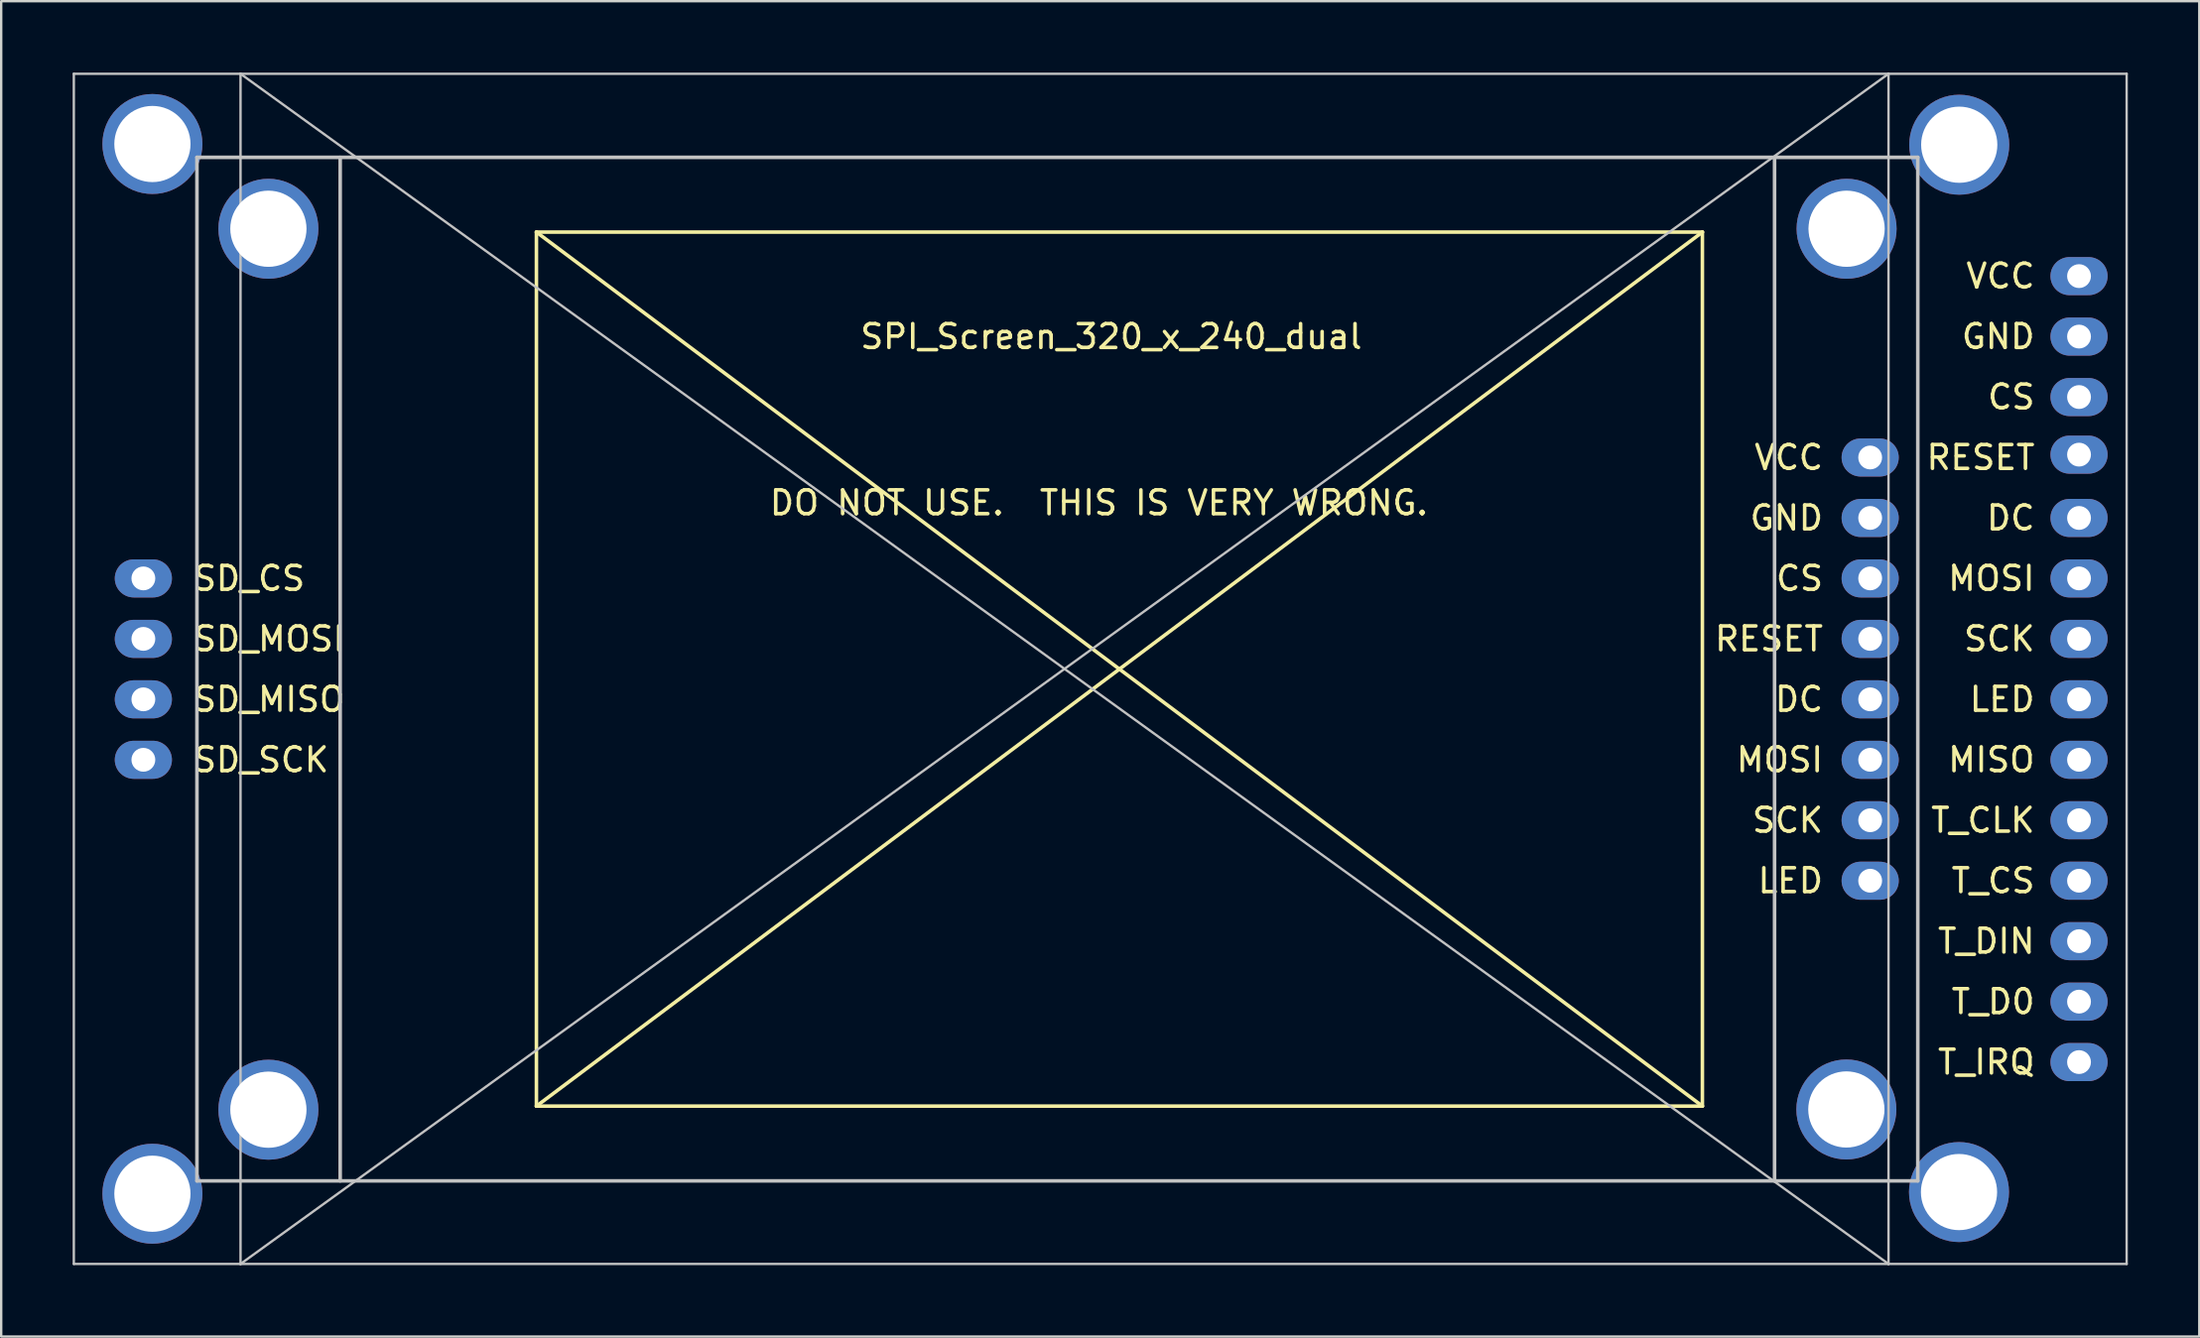
<source format=kicad_pcb>
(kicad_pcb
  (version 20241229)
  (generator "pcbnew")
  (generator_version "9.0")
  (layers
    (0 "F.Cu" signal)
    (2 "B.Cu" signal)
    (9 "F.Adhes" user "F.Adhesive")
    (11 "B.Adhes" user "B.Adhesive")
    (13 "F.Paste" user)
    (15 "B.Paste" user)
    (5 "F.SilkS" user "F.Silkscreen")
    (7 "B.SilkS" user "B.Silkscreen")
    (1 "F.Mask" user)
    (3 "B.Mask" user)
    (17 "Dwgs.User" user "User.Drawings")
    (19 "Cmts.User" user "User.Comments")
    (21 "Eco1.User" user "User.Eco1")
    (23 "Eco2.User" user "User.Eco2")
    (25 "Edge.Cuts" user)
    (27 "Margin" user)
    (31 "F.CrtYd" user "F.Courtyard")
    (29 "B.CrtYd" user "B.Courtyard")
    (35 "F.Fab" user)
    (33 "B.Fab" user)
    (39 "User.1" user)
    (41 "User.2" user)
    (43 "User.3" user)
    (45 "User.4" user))
  (footprint "SPI_Screen_320_x_240_dual"
    (layer "F.Cu")
    (at 75.48 25.06)
    (property "Reference" "SPI_Screen_320_x_240_dual" (at -31.87 -13.97 180) (layer "F.SilkS") (effects (font (size 1 1) (thickness 0.15))))
    (attr through_hole)
    (fp_line (start -56.005 -18.36) (end -56.005 18.36) (stroke (width 0.15) (type solid)) (layer "F.SilkS"))
    (fp_line (start -56.005 -18.36) (end -7.045 18.36) (stroke (width 0.15) (type solid)) (layer "F.SilkS"))
    (fp_line (start -56.005 18.36) (end -7.045 18.36) (stroke (width 0.15) (type solid)) (layer "F.SilkS"))
    (fp_line (start -7.045 -18.36) (end -56.005 -18.36) (stroke (width 0.15) (type solid)) (layer "F.SilkS"))
    (fp_line (start -7.045 -18.36) (end -56.005 18.36) (stroke (width 0.15) (type solid)) (layer "F.SilkS"))
    (fp_line (start -7.045 18.36) (end -7.045 -18.36) (stroke (width 0.15) (type solid)) (layer "F.SilkS"))
    (fp_line (start -75.43 -25.01) (end -68.43 -25.01) (stroke (width 0.1) (type solid)) (layer "Dwgs.User"))
    (fp_line (start -75.43 24.99) (end -75.43 -25.01) (stroke (width 0.1) (type solid)) (layer "Dwgs.User"))
    (fp_line (start -70.26 -21.5) (end -70.26 21.5) (stroke (width 0.15) (type solid)) (layer "Dwgs.User"))
    (fp_line (start -70.26 21.5) (end 2 21.5) (stroke (width 0.15) (type solid)) (layer "Dwgs.User"))
    (fp_line (start -68.43 -25.01) (end -33.83 -0.01) (stroke (width 0.1) (type solid)) (layer "Dwgs.User"))
    (fp_line (start -68.43 -25.01) (end 0.77 -25.01) (stroke (width 0.1) (type solid)) (layer "Dwgs.User"))
    (fp_line (start -68.43 24.99) (end -75.43 24.99) (stroke (width 0.1) (type solid)) (layer "Dwgs.User"))
    (fp_line (start -68.43 24.99) (end -68.43 -25.01) (stroke (width 0.1) (type solid)) (layer "Dwgs.User"))
    (fp_line (start -64.245 -21.5) (end -64.245 21.5) (stroke (width 0.15) (type solid)) (layer "Dwgs.User"))
    (fp_line (start -33.83 -0.01) (end -68.43 24.99) (stroke (width 0.1) (type solid)) (layer "Dwgs.User"))
    (fp_line (start -33.83 -0.01) (end 0.77 24.99) (stroke (width 0.1) (type solid)) (layer "Dwgs.User"))
    (fp_line (start -4.015 21.5) (end -4.015 -21.5) (stroke (width 0.15) (type solid)) (layer "Dwgs.User"))
    (fp_line (start 0.77 -25.01) (end -33.83 -0.01) (stroke (width 0.1) (type solid)) (layer "Dwgs.User"))
    (fp_line (start 0.77 -25.01) (end 0.77 24.99) (stroke (width 0.1) (type solid)) (layer "Dwgs.User"))
    (fp_line (start 0.77 -25.01) (end 10.77 -25.01) (stroke (width 0.1) (type solid)) (layer "Dwgs.User"))
    (fp_line (start 0.77 24.99) (end -68.43 24.99) (stroke (width 0.1) (type solid)) (layer "Dwgs.User"))
    (fp_line (start 2 -21.5) (end -70.26 -21.5) (stroke (width 0.15) (type solid)) (layer "Dwgs.User"))
    (fp_line (start 2 21.5) (end 2 -21.5) (stroke (width 0.15) (type solid)) (layer "Dwgs.User"))
    (fp_line (start 10.77 -25.01) (end 10.77 24.99) (stroke (width 0.1) (type solid)) (layer "Dwgs.User"))
    (fp_line (start 10.77 24.99) (end 0.77 24.99) (stroke (width 0.1) (type solid)) (layer "Dwgs.User"))
    (fp_circle (center -67.26 -18.5) (end -65.76 -18.5) (stroke (width 0.15) (type solid)) (fill no) (layer "Dwgs.User"))
    (fp_circle (center -67.26 18.5) (end -65.76 18.5) (stroke (width 0.15) (type solid)) (fill no) (layer "Dwgs.User"))
    (fp_circle (center -1 -18.5) (end 0.5 -18.5) (stroke (width 0.15) (type solid)) (fill no) (layer "Dwgs.User"))
    (fp_circle (center -1 18.5) (end 0.5 18.5) (stroke (width 0.15) (type solid)) (fill no) (layer "Dwgs.User"))
    (fp_circle (center -72.13 -22.01) (end -70.53 -22.01) (stroke (width 0.1) (type solid)) (fill no) (layer "Eco1.User"))
    (fp_circle (center -72.13 21.99) (end -70.53 21.99) (stroke (width 0.1) (type solid)) (fill no) (layer "Eco1.User"))
    (fp_circle (center 3.77 -22.01) (end 5.37 -22.01) (stroke (width 0.1) (type solid)) (fill no) (layer "Eco1.User"))
    (fp_circle (center 3.77 21.99) (end 5.37 21.99) (stroke (width 0.1) (type solid)) (fill no) (layer "Eco1.User"))
    (fp_text user "SCK" (at 7 -1.27 0) (layer "F.SilkS") (effects (font (size 1 1) (thickness 0.15)) (justify right)))
    (fp_text user "MOSI" (at -1.89 3.81 0) (layer "F.SilkS") (effects (font (size 1 1) (thickness 0.15)) (justify right)))
    (fp_text user "LED" (at 7 1.27 0) (layer "F.SilkS") (effects (font (size 1 1) (thickness 0.15)) (justify right)))
    (fp_text user "CS" (at 7 -11.43 0) (layer "F.SilkS") (effects (font (size 1 1) (thickness 0.15)) (justify right)))
    (fp_text user "T_DIN" (at 7 11.43 0) (layer "F.SilkS") (effects (font (size 1 1) (thickness 0.15)) (justify right)))
    (fp_text user "GND" (at -1.89 -6.35 0) (layer "F.SilkS") (effects (font (size 1 1) (thickness 0.15)) (justify right)))
    (fp_text user "DC" (at 7 -6.35 0) (layer "F.SilkS") (effects (font (size 1 1) (thickness 0.15)) (justify right)))
    (fp_text user "DO NOT USE.  THIS IS VERY WRONG." (at -32.385 -6.985 0) (layer "F.SilkS") (effects (font (size 1 1) (thickness 0.15))))
    (fp_text user "SCK" (at -1.89 6.35 0) (layer "F.SilkS") (effects (font (size 1 1) (thickness 0.15)) (justify right)))
    (fp_text user "LED" (at -1.89 8.89 0) (layer "F.SilkS") (effects (font (size 1 1) (thickness 0.15)) (justify right)))
    (fp_text user "T_CS" (at 7 8.89 0) (layer "F.SilkS") (effects (font (size 1 1) (thickness 0.15)) (justify right)))
    (fp_text user "SD_SCK" (at -70.5 3.81 0) (layer "F.SilkS") (effects (font (size 1 1) (thickness 0.15)) (justify left)))
    (fp_text user "GND" (at 7 -13.97 0) (layer "F.SilkS") (effects (font (size 1 1) (thickness 0.15)) (justify right)))
    (fp_text user "VCC" (at -1.89 -8.89 0) (layer "F.SilkS") (effects (font (size 1 1) (thickness 0.15)) (justify right)))
    (fp_text user "MOSI" (at 7 -3.81 0) (layer "F.SilkS") (effects (font (size 1 1) (thickness 0.15)) (justify right)))
    (fp_text user "RESET" (at 7 -8.89 0) (layer "F.SilkS") (effects (font (size 1 1) (thickness 0.15)) (justify right)))
    (fp_text user "T_D0" (at 7 13.97 0) (layer "F.SilkS") (effects (font (size 1 1) (thickness 0.15)) (justify right)))
    (fp_text user "T_IRQ" (at 7 16.51 0) (layer "F.SilkS") (effects (font (size 1 1) (thickness 0.15)) (justify right)))
    (fp_text user "T_CLK" (at 7 6.35 0) (layer "F.SilkS") (effects (font (size 1 1) (thickness 0.15)) (justify right)))
    (fp_text user "SD_MISO" (at -70.5 1.27 0) (layer "F.SilkS") (effects (font (size 1 1) (thickness 0.15)) (justify left)))
    (fp_text user "CS" (at -1.89 -3.81 0) (layer "F.SilkS") (effects (font (size 1 1) (thickness 0.15)) (justify right)))
    (fp_text user "SD_MOSI" (at -70.5 -1.27 0) (layer "F.SilkS") (effects (font (size 1 1) (thickness 0.15)) (justify left)))
    (fp_text user "RESET" (at -1.89 -1.27 0) (layer "F.SilkS") (effects (font (size 1 1) (thickness 0.15)) (justify right)))
    (fp_text user "MISO" (at 7 3.81 0) (layer "F.SilkS") (effects (font (size 1 1) (thickness 0.15)) (justify right)))
    (fp_text user "SD_CS" (at -70.5 -3.81 0) (layer "F.SilkS") (effects (font (size 1 1) (thickness 0.15)) (justify left)))
    (fp_text user "VCC" (at 7 -16.51 0) (layer "F.SilkS") (effects (font (size 1 1) (thickness 0.15)) (justify right)))
    (fp_text user "DC" (at -1.89 1.27 0) (layer "F.SilkS") (effects (font (size 1 1) (thickness 0.15)) (justify right)))
    (pad "" np_thru_hole circle (at -72.13 -22.06) (size 4.2 4.2) (drill 3.2) (layers "*.Cu" "*.Mask"))
    (pad "" np_thru_hole circle (at -72.13 22.04) (size 4.2 4.2) (drill 3.2) (layers "*.Cu" "*.Mask"))
    (pad "" np_thru_hole circle (at -67.26 -18.5) (size 4.2 4.2) (drill 3.2) (layers "*.Cu" "*.Mask"))
    (pad "" np_thru_hole circle (at -67.26 18.51) (size 4.2 4.2) (drill 3.2) (layers "*.Cu" "*.Mask"))
    (pad "" np_thru_hole circle (at -1 18.5) (size 4.2 4.2) (drill 3.2) (layers "*.Cu" "*.Mask"))
    (pad "" np_thru_hole circle (at -0.99 -18.5) (size 4.2 4.2) (drill 3.2) (layers "*.Cu" "*.Mask"))
    (pad "" np_thru_hole circle (at 3.73 21.97) (size 4.2 4.2) (drill 3.2) (layers "*.Cu" "*.Mask"))
    (pad "" np_thru_hole circle (at 3.74 -22.03) (size 4.2 4.2) (drill 3.2) (layers "*.Cu" "*.Mask"))
    (pad "1" thru_hole oval (at 0 -8.89) (size 2.4 1.6) (drill 1) (layers "*.Cu" "*.Mask"))
    (pad "1" thru_hole oval (at 8.77 -16.51) (size 2.4 1.6) (drill 1) (layers "*.Cu" "*.Mask"))
    (pad "2" thru_hole oval (at 0 -6.35) (size 2.4 1.6) (drill 1) (layers "*.Cu" "*.Mask"))
    (pad "2" thru_hole oval (at 8.77 -13.97) (size 2.4 1.6) (drill 1) (layers "*.Cu" "*.Mask"))
    (pad "3" thru_hole oval (at 0 -3.81) (size 2.4 1.6) (drill 1) (layers "*.Cu" "*.Mask"))
    (pad "3" thru_hole oval (at 8.77 -11.43) (size 2.4 1.6) (drill 1) (layers "*.Cu" "*.Mask"))
    (pad "4" thru_hole oval (at 0 -1.27) (size 2.4 1.6) (drill 1) (layers "*.Cu" "*.Mask"))
    (pad "4" thru_hole oval (at 8.77 -9.01) (size 2.4 1.6) (drill 1) (layers "*.Cu" "*.Mask"))
    (pad "5" thru_hole oval (at 0 1.27) (size 2.4 1.6) (drill 1) (layers "*.Cu" "*.Mask"))
    (pad "5" thru_hole oval (at 8.77 -6.35) (size 2.4 1.6) (drill 1) (layers "*.Cu" "*.Mask"))
    (pad "6" thru_hole oval (at 0 3.81) (size 2.4 1.6) (drill 1) (layers "*.Cu" "*.Mask"))
    (pad "6" thru_hole oval (at 8.77 -3.81) (size 2.4 1.6) (drill 1) (layers "*.Cu" "*.Mask"))
    (pad "7" thru_hole oval (at 0 6.35) (size 2.4 1.6) (drill 1) (layers "*.Cu" "*.Mask"))
    (pad "7" thru_hole oval (at 8.77 -1.27) (size 2.4 1.6) (drill 1) (layers "*.Cu" "*.Mask"))
    (pad "8" thru_hole oval (at 0 8.89) (size 2.4 1.6) (drill 1) (layers "*.Cu" "*.Mask"))
    (pad "8" thru_hole oval (at 8.77 1.27) (size 2.4 1.6) (drill 1) (layers "*.Cu" "*.Mask"))
    (pad "9" thru_hole oval (at 8.77 3.81) (size 2.4 1.6) (drill 1) (layers "*.Cu" "*.Mask"))
    (pad "10" thru_hole oval (at 8.77 6.35) (size 2.4 1.6) (drill 1) (layers "*.Cu" "*.Mask"))
    (pad "11" thru_hole oval (at 8.77 8.89) (size 2.4 1.6) (drill 1) (layers "*.Cu" "*.Mask"))
    (pad "12" thru_hole oval (at 8.77 11.43) (size 2.4 1.6) (drill 1) (layers "*.Cu" "*.Mask"))
    (pad "13" thru_hole oval (at 8.77 13.97) (size 2.4 1.6) (drill 1) (layers "*.Cu" "*.Mask"))
    (pad "14" thru_hole oval (at 8.77 16.51) (size 2.4 1.6) (drill 1) (layers "*.Cu" "*.Mask"))
    (pad "15" thru_hole oval (at -72.51 -3.81) (size 2.4 1.6) (drill 1) (layers "*.Cu" "*.Mask"))
    (pad "16" thru_hole oval (at -72.51 -1.27) (size 2.4 1.6) (drill 1) (layers "*.Cu" "*.Mask"))
    (pad "17" thru_hole oval (at -72.51 1.27) (size 2.4 1.6) (drill 1) (layers "*.Cu" "*.Mask"))
    (pad "18" thru_hole oval (at -72.51 3.81) (size 2.4 1.6) (drill 1) (layers "*.Cu" "*.Mask")))
  (gr_rect
    (start -3 -3)
    (end 89.3 53.1)
    (stroke (width 0.1) (type default))
    (fill no)
    (layer "Edge.Cuts")))
</source>
